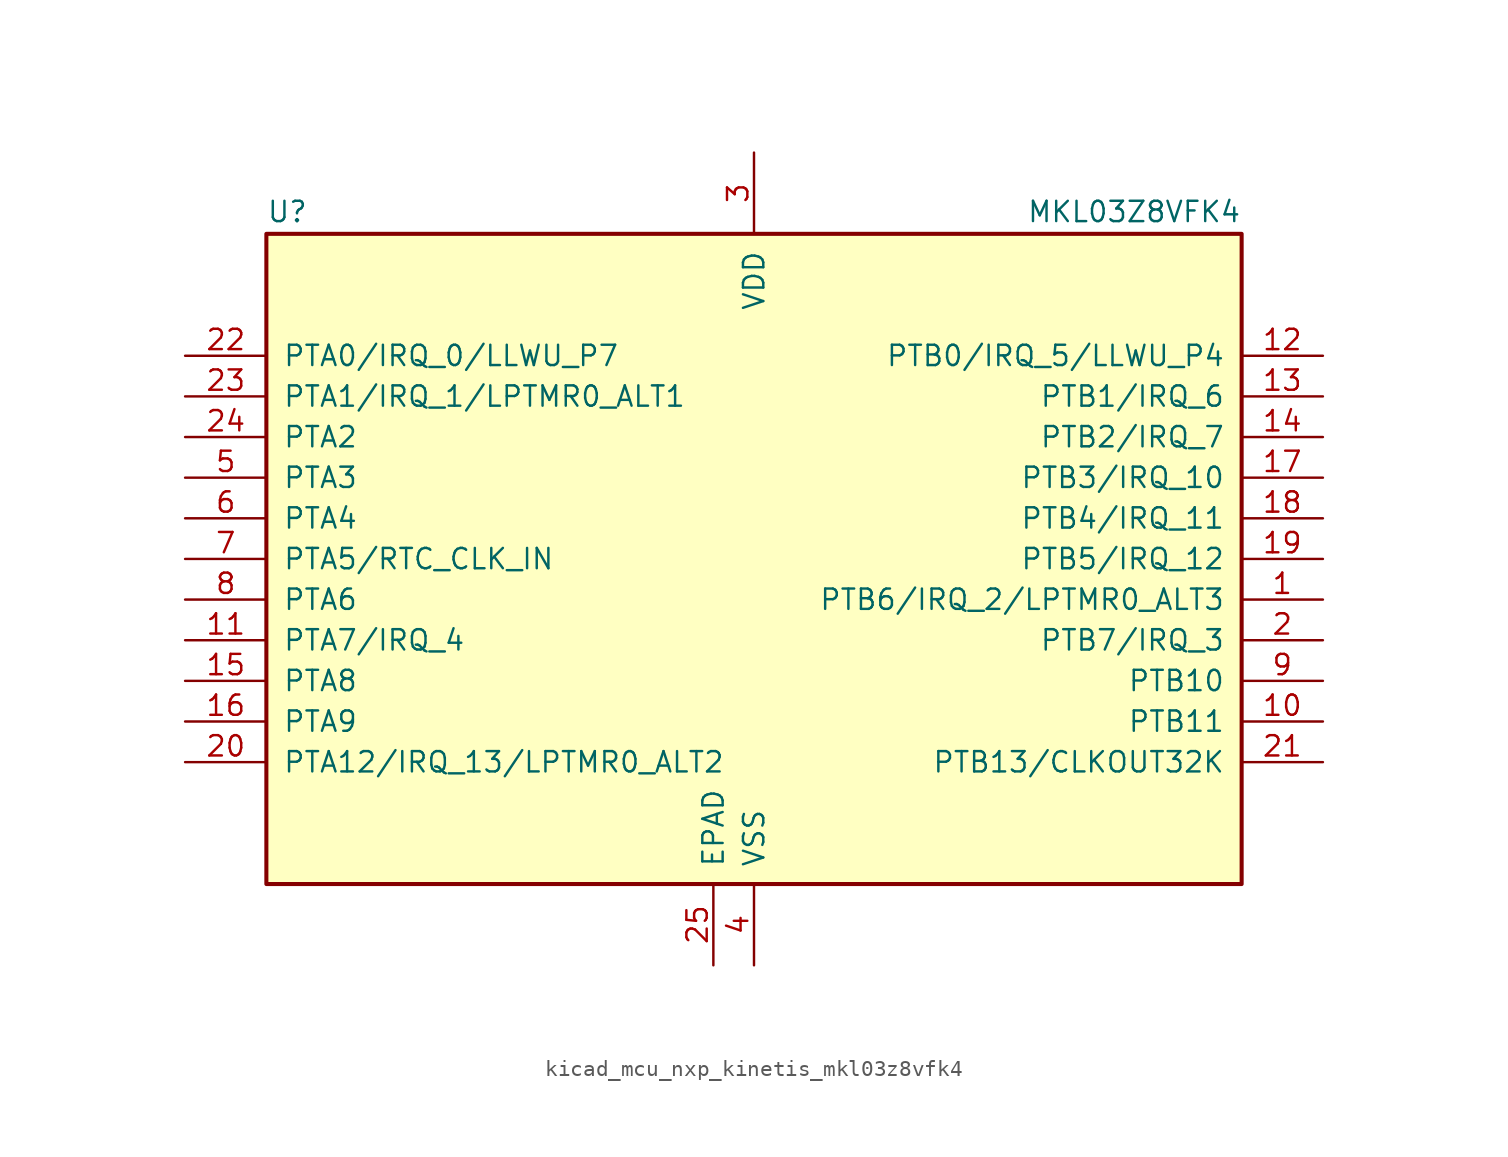
<source format=kicad_sym>
(kicad_symbol_lib
  (version 20220914)
  (generator kicad_symbol_editor)
  (symbol "kicad_mcu_nxp_kinetis_mkl03z8vfk4"
    (pin_names
      (offset 1.016))
    (property "Reference" "U"
      (at -30.48 20.955 0)
      (effects (font (size 1.27 1.27)) (justify left bottom)))
    (property "Value" "MKL03Z8VFK4"
      (at 30.48 20.955 0)
      (effects (font (size 1.27 1.27)) (justify right bottom)))
    (symbol "kicad_mcu_nxp_kinetis_mkl03z8vfk4_0_1"
      (rectangle (start -30.48 20.32) (end 30.48 -20.32) (stroke (width 0.254) (type default)) (fill (type background))))
    (symbol "kicad_mcu_nxp_kinetis_mkl03z8vfk4_1_1"
      (pin bidirectional line (at 35.56 -2.54 180) (length 5.08) (name "PTB6/IRQ_2/LPTMR0_ALT3" (effects (font (size 1.27 1.27)))) (number "1" (effects (font (size 1.27 1.27)))))
      (pin bidirectional line (at 35.56 -10.16 180) (length 5.08) (name "PTB11" (effects (font (size 1.27 1.27)))) (number "10" (effects (font (size 1.27 1.27)))))
      (pin bidirectional line (at -35.56 -5.08 0) (length 5.08) (name "PTA7/IRQ_4" (effects (font (size 1.27 1.27)))) (number "11" (effects (font (size 1.27 1.27)))))
      (pin bidirectional line (at 35.56 12.7 180) (length 5.08) (name "PTB0/IRQ_5/LLWU_P4" (effects (font (size 1.27 1.27)))) (number "12" (effects (font (size 1.27 1.27)))))
      (pin bidirectional line (at 35.56 10.16 180) (length 5.08) (name "PTB1/IRQ_6" (effects (font (size 1.27 1.27)))) (number "13" (effects (font (size 1.27 1.27)))))
      (pin bidirectional line (at 35.56 7.62 180) (length 5.08) (name "PTB2/IRQ_7" (effects (font (size 1.27 1.27)))) (number "14" (effects (font (size 1.27 1.27)))))
      (pin bidirectional line (at -35.56 -7.62 0) (length 5.08) (name "PTA8" (effects (font (size 1.27 1.27)))) (number "15" (effects (font (size 1.27 1.27)))))
      (pin bidirectional line (at -35.56 -10.16 0) (length 5.08) (name "PTA9" (effects (font (size 1.27 1.27)))) (number "16" (effects (font (size 1.27 1.27)))))
      (pin bidirectional line (at 35.56 5.08 180) (length 5.08) (name "PTB3/IRQ_10" (effects (font (size 1.27 1.27)))) (number "17" (effects (font (size 1.27 1.27)))))
      (pin bidirectional line (at 35.56 2.54 180) (length 5.08) (name "PTB4/IRQ_11" (effects (font (size 1.27 1.27)))) (number "18" (effects (font (size 1.27 1.27)))))
      (pin bidirectional line (at 35.56 0 180) (length 5.08) (name "PTB5/IRQ_12" (effects (font (size 1.27 1.27)))) (number "19" (effects (font (size 1.27 1.27)))))
      (pin bidirectional line (at 35.56 -5.08 180) (length 5.08) (name "PTB7/IRQ_3" (effects (font (size 1.27 1.27)))) (number "2" (effects (font (size 1.27 1.27)))))
      (pin bidirectional line (at -35.56 -12.7 0) (length 5.08) (name "PTA12/IRQ_13/LPTMR0_ALT2" (effects (font (size 1.27 1.27)))) (number "20" (effects (font (size 1.27 1.27)))))
      (pin bidirectional line (at 35.56 -12.7 180) (length 5.08) (name "PTB13/CLKOUT32K" (effects (font (size 1.27 1.27)))) (number "21" (effects (font (size 1.27 1.27)))))
      (pin bidirectional line (at -35.56 12.7 0) (length 5.08) (name "PTA0/IRQ_0/LLWU_P7" (effects (font (size 1.27 1.27)))) (number "22" (effects (font (size 1.27 1.27)))))
      (pin bidirectional line (at -35.56 10.16 0) (length 5.08) (name "PTA1/IRQ_1/LPTMR0_ALT1" (effects (font (size 1.27 1.27)))) (number "23" (effects (font (size 1.27 1.27)))))
      (pin bidirectional line (at -35.56 7.62 0) (length 5.08) (name "PTA2" (effects (font (size 1.27 1.27)))) (number "24" (effects (font (size 1.27 1.27)))))
      (pin power_in line (at -2.54 -25.4 90) (length 5.08) (name "EPAD" (effects (font (size 1.27 1.27)))) (number "25" (effects (font (size 1.27 1.27)))))
      (pin power_in line (at 0 25.4 270) (length 5.08) (name "VDD" (effects (font (size 1.27 1.27)))) (number "3" (effects (font (size 1.27 1.27)))))
      (pin power_in line (at 0 -25.4 90) (length 5.08) (name "VSS" (effects (font (size 1.27 1.27)))) (number "4" (effects (font (size 1.27 1.27)))))
      (pin bidirectional line (at -35.56 5.08 0) (length 5.08) (name "PTA3" (effects (font (size 1.27 1.27)))) (number "5" (effects (font (size 1.27 1.27)))))
      (pin bidirectional line (at -35.56 2.54 0) (length 5.08) (name "PTA4" (effects (font (size 1.27 1.27)))) (number "6" (effects (font (size 1.27 1.27)))))
      (pin bidirectional line (at -35.56 0 0) (length 5.08) (name "PTA5/RTC_CLK_IN" (effects (font (size 1.27 1.27)))) (number "7" (effects (font (size 1.27 1.27)))))
      (pin bidirectional line (at -35.56 -2.54 0) (length 5.08) (name "PTA6" (effects (font (size 1.27 1.27)))) (number "8" (effects (font (size 1.27 1.27)))))
      (pin bidirectional line (at 35.56 -7.62 180) (length 5.08) (name "PTB10" (effects (font (size 1.27 1.27)))) (number "9" (effects (font (size 1.27 1.27))))))))
</source>
